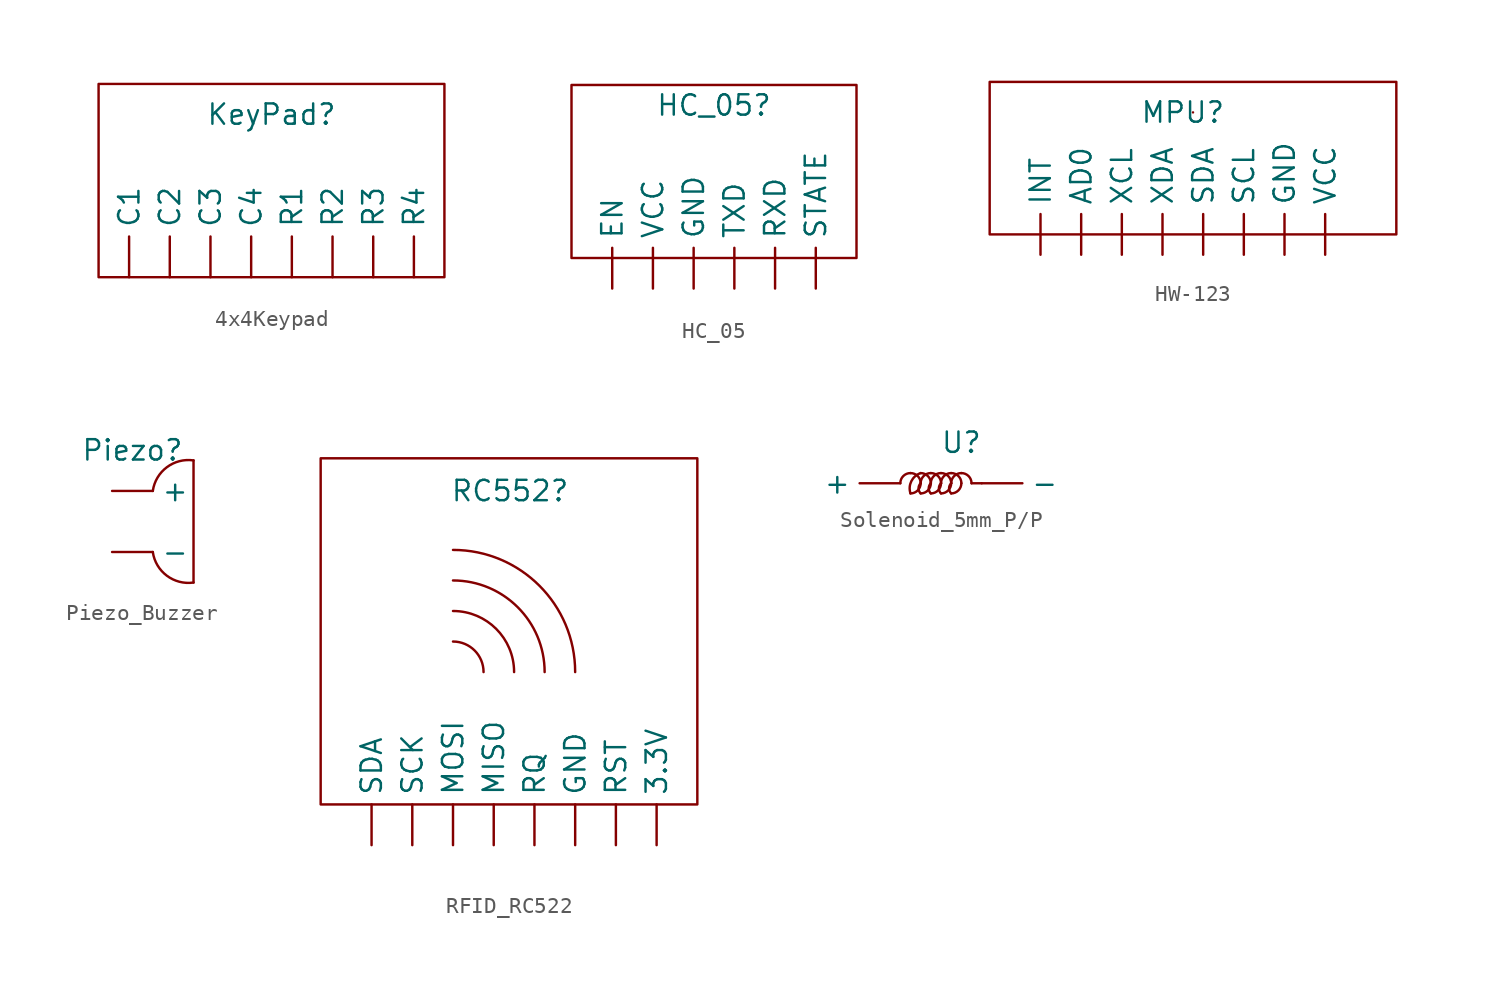
<source format=kicad_sym>
(kicad_symbol_lib
  (version 20241209)
  (generator "kicad_symbol_editor")
  (generator_version "9.0")
  (symbol "4x4Keypad"
    (property "Reference" "KeyPad"
      (at 0 0 0)
      (effects (font (size 1.27 1.27))))
    (property "Value" ""
      (at 0 0 0)
      (effects (font (size 1.27 1.27))))
    (symbol "4x4Keypad_0_1"
      (rectangle (start -10.795 1.905) (end 10.795 -10.16) (stroke (width 0) (type default)) (fill (type none))))
    (symbol "4x4Keypad_1_1"
      (pin input line (at -8.89 -10.16 90) (length 2.54) (name "C1" (effects (font (size 1.27 1.27)))) (number "" (effects (font (size 1.27 1.27)))))
      (pin input line (at -6.35 -10.16 90) (length 2.54) (name "C2" (effects (font (size 1.27 1.27)))) (number "" (effects (font (size 1.27 1.27)))))
      (pin input line (at -3.81 -10.16 90) (length 2.54) (name "C3" (effects (font (size 1.27 1.27)))) (number "" (effects (font (size 1.27 1.27)))))
      (pin input line (at -1.27 -10.16 90) (length 2.54) (name "C4" (effects (font (size 1.27 1.27)))) (number "" (effects (font (size 1.27 1.27)))))
      (pin input line (at 1.27 -10.16 90) (length 2.54) (name "R1" (effects (font (size 1.27 1.27)))) (number "" (effects (font (size 1.27 1.27)))))
      (pin input line (at 3.81 -10.16 90) (length 2.54) (name "R2" (effects (font (size 1.27 1.27)))) (number "" (effects (font (size 1.27 1.27)))))
      (pin input line (at 6.35 -10.16 90) (length 2.54) (name "R3" (effects (font (size 1.27 1.27)))) (number "" (effects (font (size 1.27 1.27)))))
      (pin input line (at 8.89 -10.16 90) (length 2.54) (name "R4" (effects (font (size 1.27 1.27)))) (number "" (effects (font (size 1.27 1.27)))))))
  (symbol "HC_05"
    (property "Reference" "HC_05"
      (at 0 0 0)
      (effects (font (size 1.27 1.27))))
    (property "Value" ""
      (at 0 0 0)
      (effects (font (size 1.27 1.27))))
    (symbol "HC_05_0_1"
      (rectangle (start -8.89 1.27) (end 8.89 -9.525) (stroke (width 0) (type default)) (fill (type none))))
    (symbol "HC_05_1_1"
      (pin input line (at -6.35 -11.43 90) (length 2.54) (name "EN" (effects (font (size 1.27 1.27)))) (number "" (effects (font (size 1.27 1.27)))))
      (pin input line (at -3.81 -11.43 90) (length 2.54) (name "VCC" (effects (font (size 1.27 1.27)))) (number "" (effects (font (size 1.27 1.27)))))
      (pin input line (at -1.27 -11.43 90) (length 2.54) (name "GND" (effects (font (size 1.27 1.27)))) (number "" (effects (font (size 1.27 1.27)))))
      (pin input line (at 1.27 -11.43 90) (length 2.54) (name "TXD" (effects (font (size 1.27 1.27)))) (number "" (effects (font (size 1.27 1.27)))))
      (pin input line (at 3.81 -11.43 90) (length 2.54) (name "RXD" (effects (font (size 1.27 1.27)))) (number "" (effects (font (size 1.27 1.27)))))
      (pin input line (at 6.35 -11.43 90) (length 2.54) (name "STATE" (effects (font (size 1.27 1.27)))) (number "" (effects (font (size 1.27 1.27)))))))
  (symbol "HW-123"
    (property "Reference" "MPU"
      (at 0 0 0)
      (effects (font (size 1.27 1.27))))
    (property "Value" ""
      (at 0 0 0)
      (effects (font (size 1.27 1.27))))
    (symbol "HW-123_0_1"
      (rectangle (start -12.065 1.905) (end 13.335 -7.62) (stroke (width 0) (type default)) (fill (type none)))
      (rectangle (start 0.635 0) (end 0.635 0) (stroke (width 0) (type default)) (fill (type none))))
    (symbol "HW-123_1_1"
      (pin input line (at -8.89 -8.89 90) (length 2.54) (name "INT" (effects (font (size 1.27 1.27)))) (number "" (effects (font (size 1.27 1.27)))))
      (pin input line (at -6.35 -8.89 90) (length 2.54) (name "AD0" (effects (font (size 1.27 1.27)))) (number "" (effects (font (size 1.27 1.27)))))
      (pin input line (at -3.81 -8.89 90) (length 2.54) (name "XCL" (effects (font (size 1.27 1.27)))) (number "" (effects (font (size 1.27 1.27)))))
      (pin input line (at -1.27 -8.89 90) (length 2.54) (name "XDA" (effects (font (size 1.27 1.27)))) (number "" (effects (font (size 1.27 1.27)))))
      (pin input line (at 1.27 -8.89 90) (length 2.54) (name "SDA" (effects (font (size 1.27 1.27)))) (number "" (effects (font (size 1.27 1.27)))))
      (pin input line (at 3.81 -8.89 90) (length 2.54) (name "SCL" (effects (font (size 1.27 1.27)))) (number "" (effects (font (size 1.27 1.27)))))
      (pin input line (at 6.35 -8.89 90) (length 2.54) (name "GND" (effects (font (size 1.27 1.27)))) (number "" (effects (font (size 1.27 1.27)))))
      (pin input line (at 8.89 -8.89 90) (length 2.54) (name "VCC" (effects (font (size 1.27 1.27)))) (number "" (effects (font (size 1.27 1.27)))))))
  (symbol "Piezo_Buzzer"
    (property "Reference" "Piezo"
      (at 0 0 0)
      (effects (font (size 1.27 1.27))))
    (property "Value" ""
      (at 0 0 0)
      (effects (font (size 1.27 1.27))))
    (symbol "Piezo_Buzzer_0_1"
      (arc (start 1.27 -2.54) (mid 2.1455 -1.0614) (end 3.81 -0.635) (stroke (width 0) (type default)) (fill (type none)))
      (arc (start 3.81 -8.255) (mid 2.1455 -7.8286) (end 1.27 -6.35) (stroke (width 0) (type default)) (fill (type none)))
      (polyline (pts (xy 3.81 -0.635) (xy 3.81 -8.255)) (stroke (width 0) (type default)) (fill (type none))))
    (symbol "Piezo_Buzzer_1_1"
      (pin input line (at -1.27 -2.54 0) (length 2.54) (name "+" (effects (font (size 1.27 1.27)))) (number "" (effects (font (size 1.27 1.27)))))
      (pin input line (at -1.27 -6.35 0) (length 2.54) (name "-" (effects (font (size 1.27 1.27)))) (number "" (effects (font (size 1.27 1.27)))))))
  (symbol "RFID_RC522"
    (property "Reference" "RC552"
      (at 3.556 6.858 0)
      (effects (font (size 1.27 1.27))))
    (property "Value" ""
      (at 0 0 0)
      (effects (font (size 1.27 1.27))))
    (symbol "RFID_RC522_0_1"
      (arc (start 0 1.27) (mid 4.0411 -0.4039) (end 5.715 -4.445) (stroke (width 0) (type default)) (fill (type none)))
      (arc (start 0 -2.54) (mid 1.347 -3.098) (end 1.905 -4.445) (stroke (width 0) (type default)) (fill (type none)))
      (arc (start 0 -0.635) (mid 2.6941 -1.7509) (end 3.81 -4.445) (stroke (width 0) (type default)) (fill (type none)))
      (arc (start 0 3.175) (mid 5.3882 0.9432) (end 7.62 -4.445) (stroke (width 0) (type default)) (fill (type none)))
      (rectangle (start 15.24 -12.7) (end -8.255 8.89) (stroke (width 0) (type default)) (fill (type none))))
    (symbol "RFID_RC522_1_1"
      (pin input line (at -5.08 -15.24 90) (length 2.54) (name "SDA" (effects (font (size 1.27 1.27)))) (number "" (effects (font (size 1.27 1.27)))))
      (pin input line (at -2.54 -15.24 90) (length 2.54) (name "SCK" (effects (font (size 1.27 1.27)))) (number "" (effects (font (size 1.27 1.27)))))
      (pin input line (at 0 -15.24 90) (length 2.54) (name "MOSI" (effects (font (size 1.27 1.27)))) (number "" (effects (font (size 1.27 1.27)))))
      (pin input line (at 2.54 -15.24 90) (length 2.54) (name "MISO" (effects (font (size 1.27 1.27)))) (number "" (effects (font (size 1.27 1.27)))))
      (pin input line (at 5.08 -15.24 90) (length 2.54) (name "RQ" (effects (font (size 1.27 1.27)))) (number "" (effects (font (size 1.27 1.27)))))
      (pin input line (at 7.62 -15.24 90) (length 2.54) (name "GND" (effects (font (size 1.27 1.27)))) (number "" (effects (font (size 1.27 1.27)))))
      (pin input line (at 10.16 -15.24 90) (length 2.54) (name "RST" (effects (font (size 1.27 1.27)))) (number "" (effects (font (size 1.27 1.27)))))
      (pin input line (at 12.7 -15.24 90) (length 2.54) (name "3.3V" (effects (font (size 1.27 1.27)))) (number "" (effects (font (size 1.27 1.27)))))))
  (symbol "Solenoid_5mm_P/P"
    (property "Reference" "U"
      (at 0 0 0)
      (effects (font (size 1.27 1.27))))
    (property "Value" ""
      (at 0 0 0)
      (effects (font (size 1.27 1.27))))
    (symbol "Solenoid_5mm_P/P_0_1"
      (arc (start -3.81 -2.54) (mid -3.624 -2.091) (end -3.175 -1.905) (stroke (width 0) (type default)) (fill (type none)))
      (arc (start -3.175 -1.905) (mid -2.726 -2.091) (end -2.54 -2.54) (stroke (width 0) (type default)) (fill (type none)))
      (arc (start -2.54 -2.54) (mid -2.726 -2.989) (end -3.175 -3.175) (stroke (width 0) (type default)) (fill (type none)))
      (arc (start -2.54 -1.905) (mid -2.091 -2.091) (end -1.905 -2.54) (stroke (width 0) (type default)) (fill (type none)))
      (arc (start -1.905 -2.54) (mid -2.091 -2.989) (end -2.54 -3.175) (stroke (width 0) (type default)) (fill (type none)))
      (arc (start -2.54 -3.175) (mid -2.6715 -2.8575) (end -2.54 -2.54) (stroke (width 0) (type default)) (fill (type none)))
      (arc (start -3.175 -3.175) (mid -3.1205 -2.4085) (end -2.54 -1.905) (stroke (width 0) (type default)) (fill (type none)))
      (arc (start -2.54 -2.54) (mid -2.354 -2.091) (end -1.905 -1.905) (stroke (width 0) (type default)) (fill (type none)))
      (arc (start -1.905 -1.905) (mid -1.456 -2.091) (end -1.27 -2.54) (stroke (width 0) (type default)) (fill (type none)))
      (arc (start -1.27 -2.54) (mid -1.456 -2.989) (end -1.905 -3.175) (stroke (width 0) (type default)) (fill (type none)))
      (arc (start -1.905 -3.175) (mid -2.0365 -2.8575) (end -1.905 -2.54) (stroke (width 0) (type default)) (fill (type none)))
      (arc (start -1.905 -2.54) (mid -1.719 -2.091) (end -1.27 -1.905) (stroke (width 0) (type default)) (fill (type none)))
      (arc (start -1.27 -1.905) (mid -0.821 -2.091) (end -0.635 -2.54) (stroke (width 0) (type default)) (fill (type none)))
      (arc (start -0.635 -2.54) (mid -0.821 -2.989) (end -1.27 -3.175) (stroke (width 0) (type default)) (fill (type none)))
      (arc (start -1.27 -3.175) (mid -1.4015 -2.8575) (end -1.27 -2.54) (stroke (width 0) (type default)) (fill (type none)))
      (arc (start -1.27 -2.54) (mid -1.084 -2.091) (end -0.635 -1.905) (stroke (width 0) (type default)) (fill (type none)))
      (arc (start -0.635 -1.905) (mid -0.186 -2.091) (end 0 -2.54) (stroke (width 0) (type default)) (fill (type none)))
      (arc (start 0 -2.54) (mid -0.186 -2.989) (end -0.635 -3.175) (stroke (width 0) (type default)) (fill (type none)))
      (arc (start -0.635 -3.175) (mid -0.7665 -2.8575) (end -0.635 -2.54) (stroke (width 0) (type default)) (fill (type none)))
      (arc (start -0.635 -2.54) (mid -0.449 -2.091) (end 0 -1.905) (stroke (width 0) (type default)) (fill (type none)))
      (arc (start 0 -1.905) (mid 0.449 -2.091) (end 0.635 -2.54) (stroke (width 0) (type default)) (fill (type none)))
      (polyline (pts (xy 0.635 -2.54) (xy 1.27 -2.54)) (stroke (width 0) (type default)) (fill (type none))))
    (symbol "Solenoid_5mm_P/P_1_1"
      (pin input line (at -3.81 -2.54 180) (length 2.54) (name "+" (effects (font (size 1.27 1.27)))) (number "" (effects (font (size 1.27 1.27)))))
      (pin input line (at 1.27 -2.54 0) (length 2.54) (name "-" (effects (font (size 1.27 1.27)))) (number "" (effects (font (size 1.27 1.27))))))))
</source>
